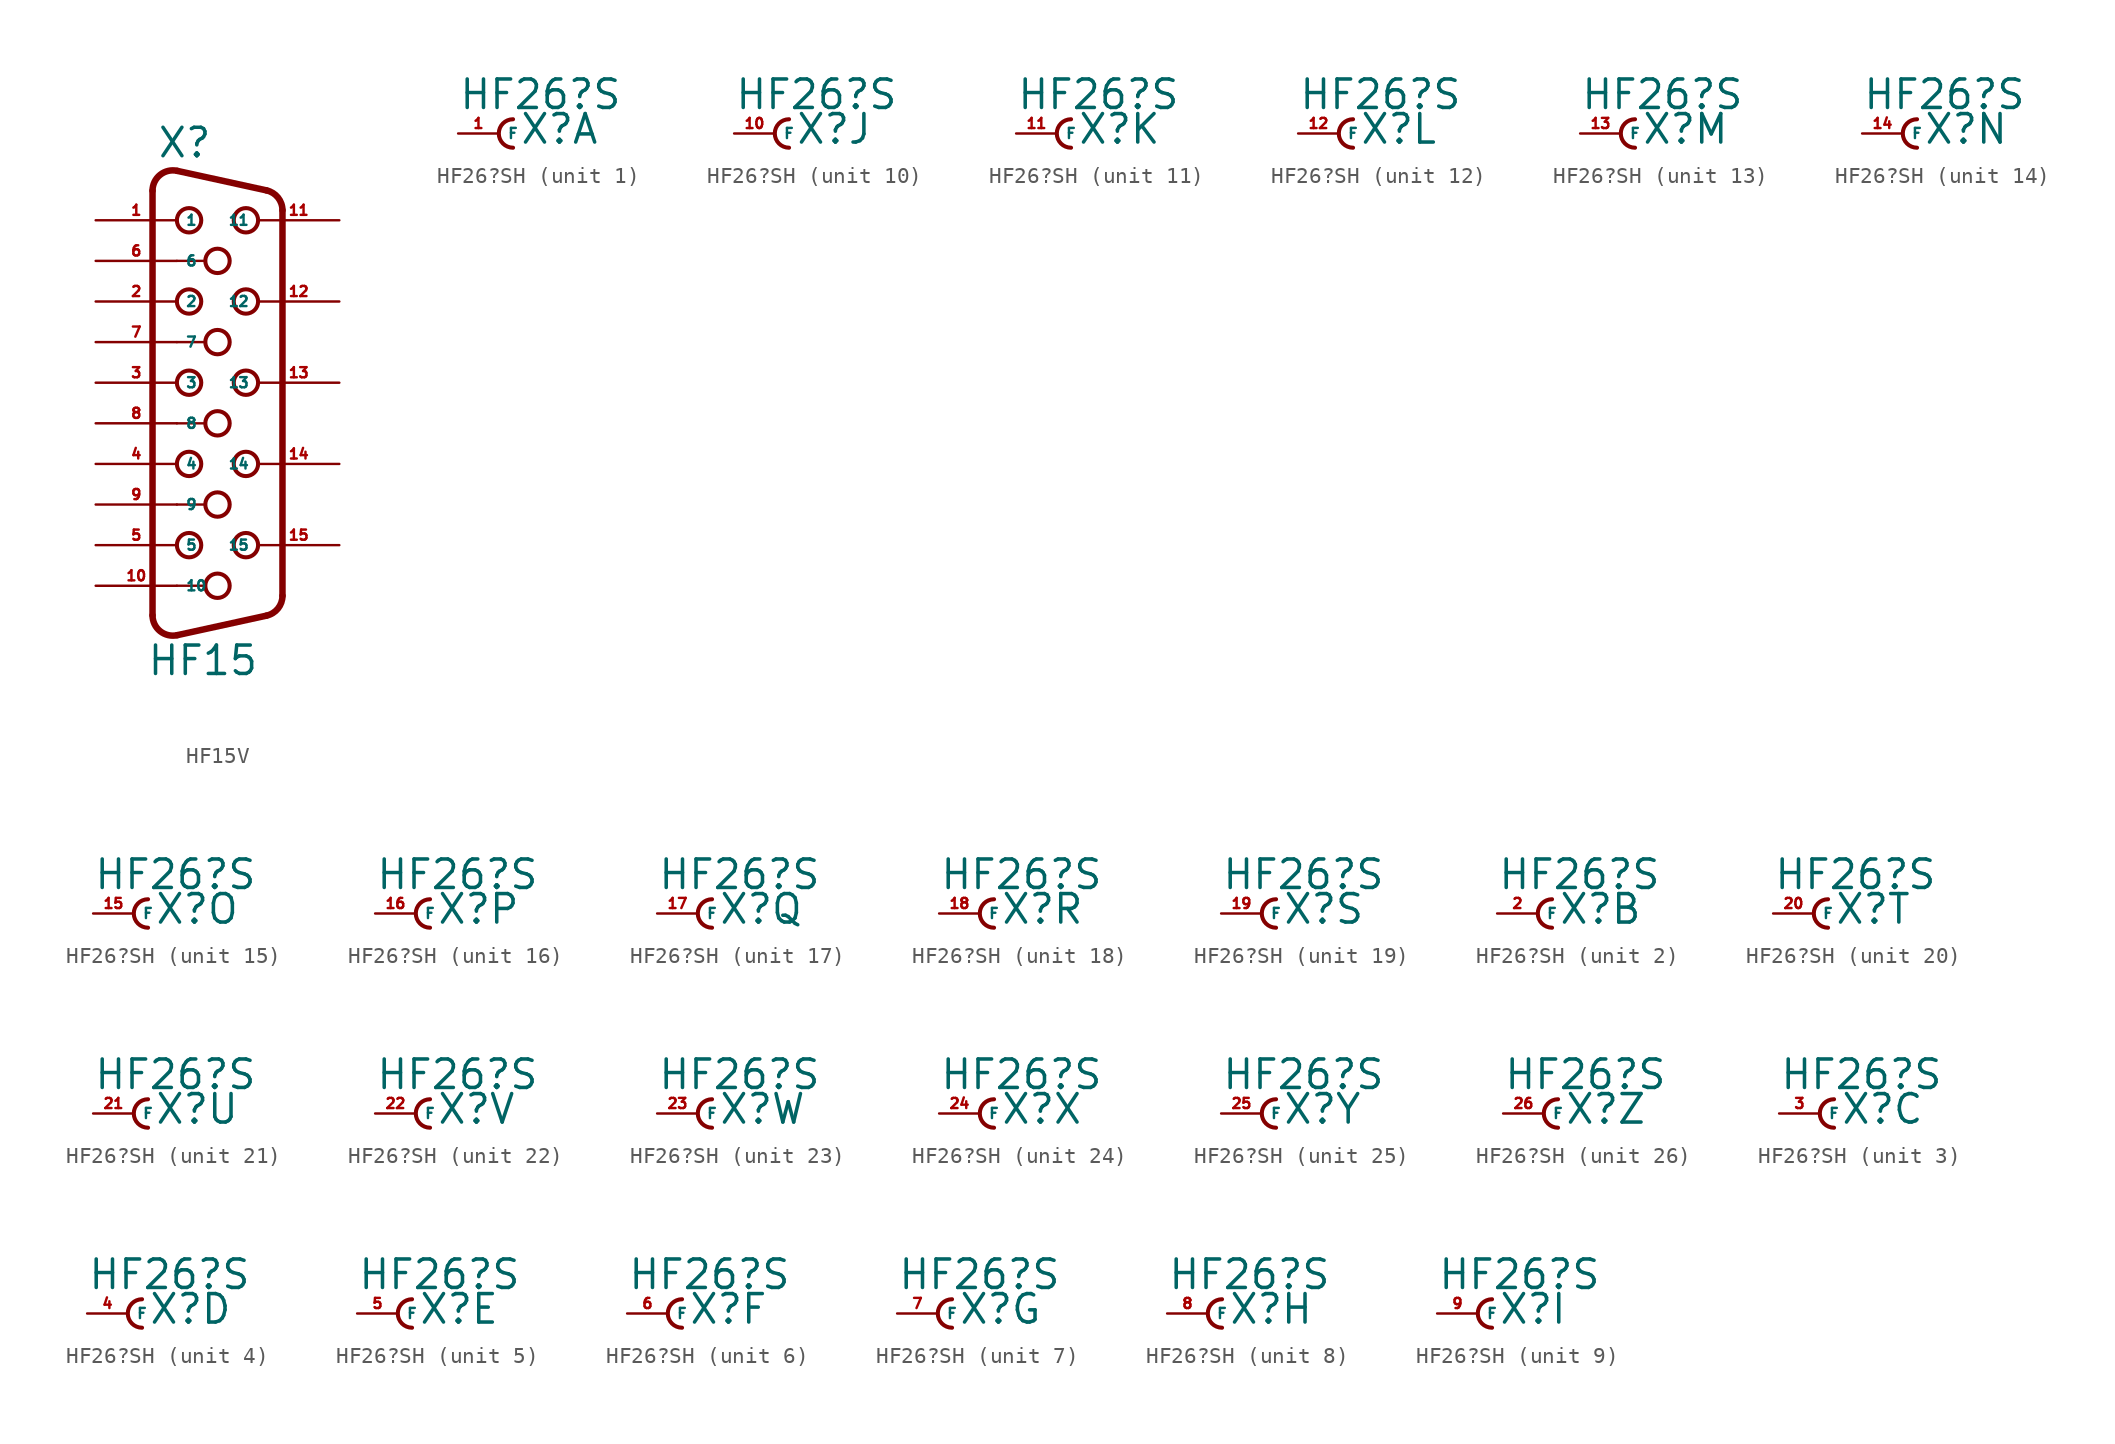
<source format=kicad_sym>
(kicad_symbol_lib
  (version 20220914)
  (generator Eagle2Kicad)
  (symbol "HF15V"
    (property "Reference" "X"
      (at -3.81 13.97 0)
      (effects (font (size 1.778 1.778) (thickness 0.22)) (justify left bottom)))
    (property "Value" "HF15"
      (at -4.445 -18.415 0)
      (effects (font (size 1.778 1.778) (thickness 0.22)) (justify left bottom)))
    (arc
      (start -2.5226 13.252)
      (mid -3.590 13.001)
      (end -4.064 12.0112)
      (stroke (width 0.4064) (type default))
      (fill (type none)))
    (polyline
      (pts (xy -2.523 13.252) (xy 3.065 12.029))
      (stroke (width 0.406) (type default))
      (fill (type none)))
    (arc
      (start 4.0642 10.7888)
      (mid 3.783 11.585)
      (end 3.0654 12.0295)
      (stroke (width 0.4064) (type default))
      (fill (type none)))
    (polyline
      (pts (xy 4.064 -13.329) (xy 4.064 10.789))
      (stroke (width 0.406) (type default))
      (fill (type none)))
    (arc
      (start 3.0654 -14.5694)
      (mid 3.783 -14.125)
      (end 4.064 -13.3288)
      (stroke (width 0.4064) (type default))
      (fill (type none)))
    (polyline
      (pts (xy -4.064 -14.551) (xy -4.064 12.011))
      (stroke (width 0.406) (type default))
      (fill (type none)))
    (polyline
      (pts (xy -2.523 -15.792) (xy 3.065 -14.569))
      (stroke (width 0.406) (type default))
      (fill (type none)))
    (arc
      (start -4.064 -14.5512)
      (mid -3.590 -15.541)
      (end -2.5226 -15.7919)
      (stroke (width 0.4064) (type default))
      (fill (type none)))
    (polyline
      (pts (xy -2.54 7.62) (xy -0.762 7.62))
      (stroke (width 0.152) (type default))
      (fill (type none)))
    (polyline
      (pts (xy -2.54 2.54) (xy -0.762 2.54))
      (stroke (width 0.152) (type default))
      (fill (type none)))
    (polyline
      (pts (xy -2.54 -2.54) (xy -0.762 -2.54))
      (stroke (width 0.152) (type default))
      (fill (type none)))
    (polyline
      (pts (xy -2.54 -7.62) (xy -0.762 -7.62))
      (stroke (width 0.152) (type default))
      (fill (type none)))
    (polyline
      (pts (xy -2.54 -12.7) (xy -0.762 -12.7))
      (stroke (width 0.152) (type default))
      (fill (type none)))
    (circle
      (center 0 7.62)
      (radius 0.762)
      (stroke (width 0.254) (type default))
      (fill (type none)))
    (circle
      (center 1.778 10.16)
      (radius 0.762)
      (stroke (width 0.254) (type default))
      (fill (type none)))
    (circle
      (center -1.778 10.16)
      (radius 0.762)
      (stroke (width 0.254) (type default))
      (fill (type none)))
    (circle
      (center 1.778 5.08)
      (radius 0.762)
      (stroke (width 0.254) (type default))
      (fill (type none)))
    (circle
      (center -1.778 5.08)
      (radius 0.762)
      (stroke (width 0.254) (type default))
      (fill (type none)))
    (circle
      (center 1.778 0)
      (radius 0.762)
      (stroke (width 0.254) (type default))
      (fill (type none)))
    (circle
      (center -1.778 0)
      (radius 0.762)
      (stroke (width 0.254) (type default))
      (fill (type none)))
    (circle
      (center 1.778 -5.08)
      (radius 0.762)
      (stroke (width 0.254) (type default))
      (fill (type none)))
    (circle
      (center -1.778 -5.08)
      (radius 0.762)
      (stroke (width 0.254) (type default))
      (fill (type none)))
    (circle
      (center 1.778 -10.16)
      (radius 0.762)
      (stroke (width 0.254) (type default))
      (fill (type none)))
    (circle
      (center -1.778 -10.16)
      (radius 0.762)
      (stroke (width 0.254) (type default))
      (fill (type none)))
    (circle
      (center 0 2.54)
      (radius 0.762)
      (stroke (width 0.254) (type default))
      (fill (type none)))
    (circle
      (center 0 -2.54)
      (radius 0.762)
      (stroke (width 0.254) (type default))
      (fill (type none)))
    (circle
      (center 0 -7.62)
      (radius 0.762)
      (stroke (width 0.254) (type default))
      (fill (type none)))
    (circle
      (center 0 -12.7)
      (radius 0.762)
      (stroke (width 0.254) (type default))
      (fill (type none)))
    (pin passive line
      (at -7.62 10.16 0)
      (length 5.08)
      (name "1" (effects (font (size 0.635 0.635) (thickness 0.08)) (justify left bottom)))
      (number "1" (effects (font (size 0.635 0.635) (thickness 0.08)) (justify left bottom))))
    (pin passive line
      (at -7.62 5.08 0)
      (length 5.08)
      (name "2" (effects (font (size 0.635 0.635) (thickness 0.08)) (justify left bottom)))
      (number "2" (effects (font (size 0.635 0.635) (thickness 0.08)) (justify left bottom))))
    (pin passive line
      (at -7.62 0 0)
      (length 5.08)
      (name "3" (effects (font (size 0.635 0.635) (thickness 0.08)) (justify left bottom)))
      (number "3" (effects (font (size 0.635 0.635) (thickness 0.08)) (justify left bottom))))
    (pin passive line
      (at -7.62 -5.08 0)
      (length 5.08)
      (name "4" (effects (font (size 0.635 0.635) (thickness 0.08)) (justify left bottom)))
      (number "4" (effects (font (size 0.635 0.635) (thickness 0.08)) (justify left bottom))))
    (pin passive line
      (at -7.62 -10.16 0)
      (length 5.08)
      (name "5" (effects (font (size 0.635 0.635) (thickness 0.08)) (justify left bottom)))
      (number "5" (effects (font (size 0.635 0.635) (thickness 0.08)) (justify left bottom))))
    (pin passive line
      (at -7.62 7.62 0)
      (length 5.08)
      (name "6" (effects (font (size 0.635 0.635) (thickness 0.08)) (justify left bottom)))
      (number "6" (effects (font (size 0.635 0.635) (thickness 0.08)) (justify left bottom))))
    (pin passive line
      (at -7.62 2.54 0)
      (length 5.08)
      (name "7" (effects (font (size 0.635 0.635) (thickness 0.08)) (justify left bottom)))
      (number "7" (effects (font (size 0.635 0.635) (thickness 0.08)) (justify left bottom))))
    (pin passive line
      (at -7.62 -2.54 0)
      (length 5.08)
      (name "8" (effects (font (size 0.635 0.635) (thickness 0.08)) (justify left bottom)))
      (number "8" (effects (font (size 0.635 0.635) (thickness 0.08)) (justify left bottom))))
    (pin passive line
      (at -7.62 -7.62 0)
      (length 5.08)
      (name "9" (effects (font (size 0.635 0.635) (thickness 0.08)) (justify left bottom)))
      (number "9" (effects (font (size 0.635 0.635) (thickness 0.08)) (justify left bottom))))
    (pin passive line
      (at -7.62 -12.7 0)
      (length 5.08)
      (name "10" (effects (font (size 0.635 0.635) (thickness 0.08)) (justify left bottom)))
      (number "10" (effects (font (size 0.635 0.635) (thickness 0.08)) (justify left bottom))))
    (pin passive line
      (at 7.62 10.16 180)
      (length 5.08)
      (name "11" (effects (font (size 0.635 0.635) (thickness 0.08)) (justify left bottom)))
      (number "11" (effects (font (size 0.635 0.635) (thickness 0.08)) (justify left bottom))))
    (pin passive line
      (at 7.62 5.08 180)
      (length 5.08)
      (name "12" (effects (font (size 0.635 0.635) (thickness 0.08)) (justify left bottom)))
      (number "12" (effects (font (size 0.635 0.635) (thickness 0.08)) (justify left bottom))))
    (pin passive line
      (at 7.62 0 180)
      (length 5.08)
      (name "13" (effects (font (size 0.635 0.635) (thickness 0.08)) (justify left bottom)))
      (number "13" (effects (font (size 0.635 0.635) (thickness 0.08)) (justify left bottom))))
    (pin passive line
      (at 7.62 -5.08 180)
      (length 5.08)
      (name "14" (effects (font (size 0.635 0.635) (thickness 0.08)) (justify left bottom)))
      (number "14" (effects (font (size 0.635 0.635) (thickness 0.08)) (justify left bottom))))
    (pin passive line
      (at 7.62 -10.16 180)
      (length 5.08)
      (name "15" (effects (font (size 0.635 0.635) (thickness 0.08)) (justify left bottom)))
      (number "15" (effects (font (size 0.635 0.635) (thickness 0.08)) (justify left bottom)))))
  (symbol "HF26?SH"
    (property "Reference" "X"
      (at 1.27 -0.762 0)
      (effects (font (size 1.778 1.778) (thickness 0.22)) (justify left bottom)))
    (property "Value" "HF26?S"
      (at -2.54 1.397 0)
      (effects (font (size 1.778 1.778) (thickness 0.22)) (justify left bottom)))
    (symbol "HF26?SH_1_0"
      (arc (start 0.889 0.889) (mid 0.000 0.000) (end 0.889 -0.889) (stroke (width 0.254) (type default)) (fill (type none)))
      (pin passive line (at -2.54 0 0) (length 2.54) (name "F" (effects (font (size 0.635 0.635) (thickness 0.08)) (justify left bottom))) (number "1" (effects (font (size 0.635 0.635) (thickness 0.08)) (justify left bottom)))))
    (symbol "HF26?SH_2_0"
      (arc (start 0.889 0.889) (mid 0.000 0.000) (end 0.889 -0.889) (stroke (width 0.254) (type default)) (fill (type none)))
      (pin passive line (at -2.54 0 0) (length 2.54) (name "F" (effects (font (size 0.635 0.635) (thickness 0.08)) (justify left bottom))) (number "2" (effects (font (size 0.635 0.635) (thickness 0.08)) (justify left bottom)))))
    (symbol "HF26?SH_3_0"
      (arc (start 0.889 0.889) (mid 0.000 0.000) (end 0.889 -0.889) (stroke (width 0.254) (type default)) (fill (type none)))
      (pin passive line (at -2.54 0 0) (length 2.54) (name "F" (effects (font (size 0.635 0.635) (thickness 0.08)) (justify left bottom))) (number "3" (effects (font (size 0.635 0.635) (thickness 0.08)) (justify left bottom)))))
    (symbol "HF26?SH_4_0"
      (arc (start 0.889 0.889) (mid 0.000 0.000) (end 0.889 -0.889) (stroke (width 0.254) (type default)) (fill (type none)))
      (pin passive line (at -2.54 0 0) (length 2.54) (name "F" (effects (font (size 0.635 0.635) (thickness 0.08)) (justify left bottom))) (number "4" (effects (font (size 0.635 0.635) (thickness 0.08)) (justify left bottom)))))
    (symbol "HF26?SH_5_0"
      (arc (start 0.889 0.889) (mid 0.000 0.000) (end 0.889 -0.889) (stroke (width 0.254) (type default)) (fill (type none)))
      (pin passive line (at -2.54 0 0) (length 2.54) (name "F" (effects (font (size 0.635 0.635) (thickness 0.08)) (justify left bottom))) (number "5" (effects (font (size 0.635 0.635) (thickness 0.08)) (justify left bottom)))))
    (symbol "HF26?SH_6_0"
      (arc (start 0.889 0.889) (mid 0.000 0.000) (end 0.889 -0.889) (stroke (width 0.254) (type default)) (fill (type none)))
      (pin passive line (at -2.54 0 0) (length 2.54) (name "F" (effects (font (size 0.635 0.635) (thickness 0.08)) (justify left bottom))) (number "6" (effects (font (size 0.635 0.635) (thickness 0.08)) (justify left bottom)))))
    (symbol "HF26?SH_7_0"
      (arc (start 0.889 0.889) (mid 0.000 0.000) (end 0.889 -0.889) (stroke (width 0.254) (type default)) (fill (type none)))
      (pin passive line (at -2.54 0 0) (length 2.54) (name "F" (effects (font (size 0.635 0.635) (thickness 0.08)) (justify left bottom))) (number "7" (effects (font (size 0.635 0.635) (thickness 0.08)) (justify left bottom)))))
    (symbol "HF26?SH_8_0"
      (arc (start 0.889 0.889) (mid 0.000 0.000) (end 0.889 -0.889) (stroke (width 0.254) (type default)) (fill (type none)))
      (pin passive line (at -2.54 0 0) (length 2.54) (name "F" (effects (font (size 0.635 0.635) (thickness 0.08)) (justify left bottom))) (number "8" (effects (font (size 0.635 0.635) (thickness 0.08)) (justify left bottom)))))
    (symbol "HF26?SH_9_0"
      (arc (start 0.889 0.889) (mid 0.000 0.000) (end 0.889 -0.889) (stroke (width 0.254) (type default)) (fill (type none)))
      (pin passive line (at -2.54 0 0) (length 2.54) (name "F" (effects (font (size 0.635 0.635) (thickness 0.08)) (justify left bottom))) (number "9" (effects (font (size 0.635 0.635) (thickness 0.08)) (justify left bottom)))))
    (symbol "HF26?SH_10_0"
      (arc (start 0.889 0.889) (mid 0.000 0.000) (end 0.889 -0.889) (stroke (width 0.254) (type default)) (fill (type none)))
      (pin passive line (at -2.54 0 0) (length 2.54) (name "F" (effects (font (size 0.635 0.635) (thickness 0.08)) (justify left bottom))) (number "10" (effects (font (size 0.635 0.635) (thickness 0.08)) (justify left bottom)))))
    (symbol "HF26?SH_11_0"
      (arc (start 0.889 0.889) (mid 0.000 0.000) (end 0.889 -0.889) (stroke (width 0.254) (type default)) (fill (type none)))
      (pin passive line (at -2.54 0 0) (length 2.54) (name "F" (effects (font (size 0.635 0.635) (thickness 0.08)) (justify left bottom))) (number "11" (effects (font (size 0.635 0.635) (thickness 0.08)) (justify left bottom)))))
    (symbol "HF26?SH_12_0"
      (arc (start 0.889 0.889) (mid 0.000 0.000) (end 0.889 -0.889) (stroke (width 0.254) (type default)) (fill (type none)))
      (pin passive line (at -2.54 0 0) (length 2.54) (name "F" (effects (font (size 0.635 0.635) (thickness 0.08)) (justify left bottom))) (number "12" (effects (font (size 0.635 0.635) (thickness 0.08)) (justify left bottom)))))
    (symbol "HF26?SH_13_0"
      (arc (start 0.889 0.889) (mid 0.000 0.000) (end 0.889 -0.889) (stroke (width 0.254) (type default)) (fill (type none)))
      (pin passive line (at -2.54 0 0) (length 2.54) (name "F" (effects (font (size 0.635 0.635) (thickness 0.08)) (justify left bottom))) (number "13" (effects (font (size 0.635 0.635) (thickness 0.08)) (justify left bottom)))))
    (symbol "HF26?SH_14_0"
      (arc (start 0.889 0.889) (mid 0.000 0.000) (end 0.889 -0.889) (stroke (width 0.254) (type default)) (fill (type none)))
      (pin passive line (at -2.54 0 0) (length 2.54) (name "F" (effects (font (size 0.635 0.635) (thickness 0.08)) (justify left bottom))) (number "14" (effects (font (size 0.635 0.635) (thickness 0.08)) (justify left bottom)))))
    (symbol "HF26?SH_15_0"
      (arc (start 0.889 0.889) (mid 0.000 0.000) (end 0.889 -0.889) (stroke (width 0.254) (type default)) (fill (type none)))
      (pin passive line (at -2.54 0 0) (length 2.54) (name "F" (effects (font (size 0.635 0.635) (thickness 0.08)) (justify left bottom))) (number "15" (effects (font (size 0.635 0.635) (thickness 0.08)) (justify left bottom)))))
    (symbol "HF26?SH_16_0"
      (arc (start 0.889 0.889) (mid 0.000 0.000) (end 0.889 -0.889) (stroke (width 0.254) (type default)) (fill (type none)))
      (pin passive line (at -2.54 0 0) (length 2.54) (name "F" (effects (font (size 0.635 0.635) (thickness 0.08)) (justify left bottom))) (number "16" (effects (font (size 0.635 0.635) (thickness 0.08)) (justify left bottom)))))
    (symbol "HF26?SH_17_0"
      (arc (start 0.889 0.889) (mid 0.000 0.000) (end 0.889 -0.889) (stroke (width 0.254) (type default)) (fill (type none)))
      (pin passive line (at -2.54 0 0) (length 2.54) (name "F" (effects (font (size 0.635 0.635) (thickness 0.08)) (justify left bottom))) (number "17" (effects (font (size 0.635 0.635) (thickness 0.08)) (justify left bottom)))))
    (symbol "HF26?SH_18_0"
      (arc (start 0.889 0.889) (mid 0.000 0.000) (end 0.889 -0.889) (stroke (width 0.254) (type default)) (fill (type none)))
      (pin passive line (at -2.54 0 0) (length 2.54) (name "F" (effects (font (size 0.635 0.635) (thickness 0.08)) (justify left bottom))) (number "18" (effects (font (size 0.635 0.635) (thickness 0.08)) (justify left bottom)))))
    (symbol "HF26?SH_19_0"
      (arc (start 0.889 0.889) (mid 0.000 0.000) (end 0.889 -0.889) (stroke (width 0.254) (type default)) (fill (type none)))
      (pin passive line (at -2.54 0 0) (length 2.54) (name "F" (effects (font (size 0.635 0.635) (thickness 0.08)) (justify left bottom))) (number "19" (effects (font (size 0.635 0.635) (thickness 0.08)) (justify left bottom)))))
    (symbol "HF26?SH_20_0"
      (arc (start 0.889 0.889) (mid 0.000 0.000) (end 0.889 -0.889) (stroke (width 0.254) (type default)) (fill (type none)))
      (pin passive line (at -2.54 0 0) (length 2.54) (name "F" (effects (font (size 0.635 0.635) (thickness 0.08)) (justify left bottom))) (number "20" (effects (font (size 0.635 0.635) (thickness 0.08)) (justify left bottom)))))
    (symbol "HF26?SH_21_0"
      (arc (start 0.889 0.889) (mid 0.000 0.000) (end 0.889 -0.889) (stroke (width 0.254) (type default)) (fill (type none)))
      (pin passive line (at -2.54 0 0) (length 2.54) (name "F" (effects (font (size 0.635 0.635) (thickness 0.08)) (justify left bottom))) (number "21" (effects (font (size 0.635 0.635) (thickness 0.08)) (justify left bottom)))))
    (symbol "HF26?SH_22_0"
      (arc (start 0.889 0.889) (mid 0.000 0.000) (end 0.889 -0.889) (stroke (width 0.254) (type default)) (fill (type none)))
      (pin passive line (at -2.54 0 0) (length 2.54) (name "F" (effects (font (size 0.635 0.635) (thickness 0.08)) (justify left bottom))) (number "22" (effects (font (size 0.635 0.635) (thickness 0.08)) (justify left bottom)))))
    (symbol "HF26?SH_23_0"
      (arc (start 0.889 0.889) (mid 0.000 0.000) (end 0.889 -0.889) (stroke (width 0.254) (type default)) (fill (type none)))
      (pin passive line (at -2.54 0 0) (length 2.54) (name "F" (effects (font (size 0.635 0.635) (thickness 0.08)) (justify left bottom))) (number "23" (effects (font (size 0.635 0.635) (thickness 0.08)) (justify left bottom)))))
    (symbol "HF26?SH_24_0"
      (arc (start 0.889 0.889) (mid 0.000 0.000) (end 0.889 -0.889) (stroke (width 0.254) (type default)) (fill (type none)))
      (pin passive line (at -2.54 0 0) (length 2.54) (name "F" (effects (font (size 0.635 0.635) (thickness 0.08)) (justify left bottom))) (number "24" (effects (font (size 0.635 0.635) (thickness 0.08)) (justify left bottom)))))
    (symbol "HF26?SH_25_0"
      (arc (start 0.889 0.889) (mid 0.000 0.000) (end 0.889 -0.889) (stroke (width 0.254) (type default)) (fill (type none)))
      (pin passive line (at -2.54 0 0) (length 2.54) (name "F" (effects (font (size 0.635 0.635) (thickness 0.08)) (justify left bottom))) (number "25" (effects (font (size 0.635 0.635) (thickness 0.08)) (justify left bottom)))))
    (symbol "HF26?SH_26_0"
      (arc (start 0.889 0.889) (mid 0.000 0.000) (end 0.889 -0.889) (stroke (width 0.254) (type default)) (fill (type none)))
      (pin passive line (at -2.54 0 0) (length 2.54) (name "F" (effects (font (size 0.635 0.635) (thickness 0.08)) (justify left bottom))) (number "26" (effects (font (size 0.635 0.635) (thickness 0.08)) (justify left bottom)))))))
</source>
